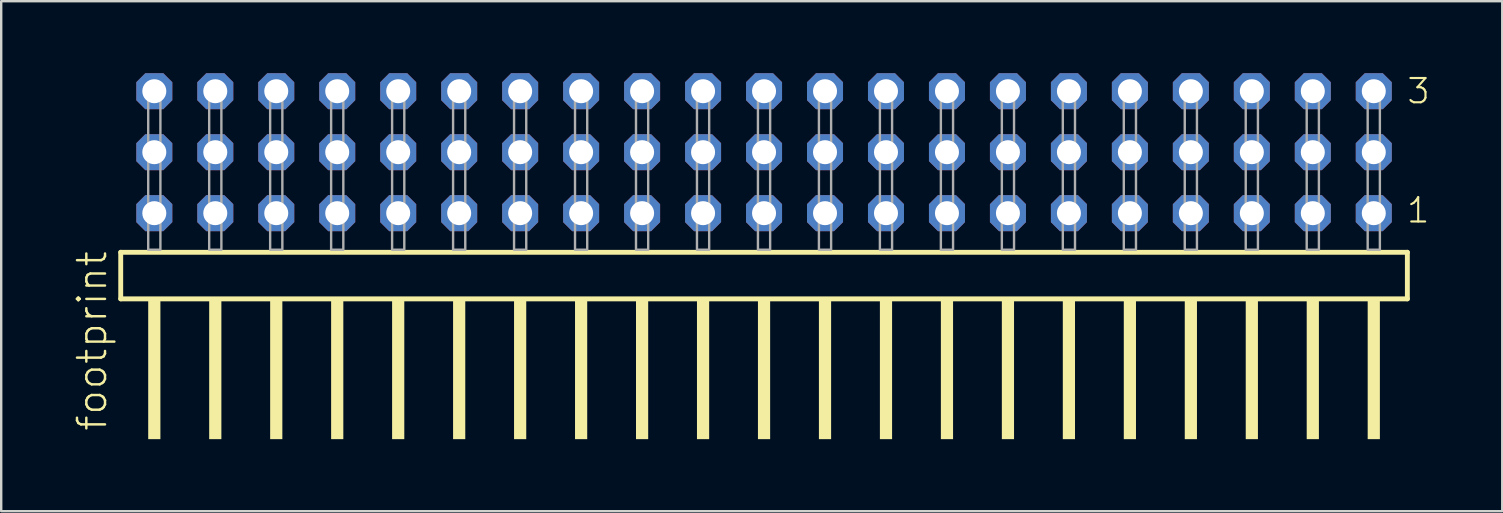
<source format=kicad_pcb>
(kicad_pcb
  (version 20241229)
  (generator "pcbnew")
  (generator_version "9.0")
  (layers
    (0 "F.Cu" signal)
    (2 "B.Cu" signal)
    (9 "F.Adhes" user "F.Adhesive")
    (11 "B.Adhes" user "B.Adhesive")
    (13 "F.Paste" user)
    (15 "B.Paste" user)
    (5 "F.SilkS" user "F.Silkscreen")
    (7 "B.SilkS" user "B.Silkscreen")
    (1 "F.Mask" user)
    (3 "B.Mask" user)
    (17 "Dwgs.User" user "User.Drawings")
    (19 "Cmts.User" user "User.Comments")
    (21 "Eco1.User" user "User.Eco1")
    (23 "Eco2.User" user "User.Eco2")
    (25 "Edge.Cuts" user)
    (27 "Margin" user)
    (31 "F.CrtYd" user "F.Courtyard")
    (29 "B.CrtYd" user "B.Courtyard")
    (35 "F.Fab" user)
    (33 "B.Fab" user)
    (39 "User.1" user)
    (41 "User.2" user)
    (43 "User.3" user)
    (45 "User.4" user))
  (footprint "footprint"
    (layer "F.Cu")
    (at 28.778 7.354)
    (property "Reference" "footprint" (at -27.305 7.62 90) (layer "F.SilkS") (effects (font (size 1.168 1.168) (thickness 0.102)) (justify left bottom)))
    (fp_line (start -26.799 0.106) (end -26.799 2.046) (stroke (width 0.203) (type solid)) (layer "F.SilkS"))
    (fp_line (start -26.799 2.046) (end 26.799 2.046) (stroke (width 0.203) (type solid)) (layer "F.SilkS"))
    (fp_line (start 26.799 0.106) (end -26.799 0.106) (stroke (width 0.203) (type solid)) (layer "F.SilkS"))
    (fp_line (start 26.799 2.046) (end 26.799 0.106) (stroke (width 0.203) (type solid)) (layer "F.SilkS"))
    (fp_poly (pts (xy -25.654 7.89) (xy -25.146 7.89) (xy -25.146 2.04) (xy -25.654 2.04)) (stroke (width 0) (type solid)) (fill yes) (layer "F.SilkS"))
    (fp_poly (pts (xy -23.114 7.89) (xy -22.606 7.89) (xy -22.606 2.04) (xy -23.114 2.04)) (stroke (width 0) (type solid)) (fill yes) (layer "F.SilkS"))
    (fp_poly (pts (xy -20.574 7.89) (xy -20.066 7.89) (xy -20.066 2.04) (xy -20.574 2.04)) (stroke (width 0) (type solid)) (fill yes) (layer "F.SilkS"))
    (fp_poly (pts (xy -18.034 7.89) (xy -17.526 7.89) (xy -17.526 2.04) (xy -18.034 2.04)) (stroke (width 0) (type solid)) (fill yes) (layer "F.SilkS"))
    (fp_poly (pts (xy -15.494 7.89) (xy -14.986 7.89) (xy -14.986 2.04) (xy -15.494 2.04)) (stroke (width 0) (type solid)) (fill yes) (layer "F.SilkS"))
    (fp_poly (pts (xy -12.954 7.89) (xy -12.446 7.89) (xy -12.446 2.04) (xy -12.954 2.04)) (stroke (width 0) (type solid)) (fill yes) (layer "F.SilkS"))
    (fp_poly (pts (xy -10.414 7.89) (xy -9.906 7.89) (xy -9.906 2.04) (xy -10.414 2.04)) (stroke (width 0) (type solid)) (fill yes) (layer "F.SilkS"))
    (fp_poly (pts (xy -7.874 7.89) (xy -7.366 7.89) (xy -7.366 2.04) (xy -7.874 2.04)) (stroke (width 0) (type solid)) (fill yes) (layer "F.SilkS"))
    (fp_poly (pts (xy -5.334 7.89) (xy -4.826 7.89) (xy -4.826 2.04) (xy -5.334 2.04)) (stroke (width 0) (type solid)) (fill yes) (layer "F.SilkS"))
    (fp_poly (pts (xy -2.794 7.89) (xy -2.286 7.89) (xy -2.286 2.04) (xy -2.794 2.04)) (stroke (width 0) (type solid)) (fill yes) (layer "F.SilkS"))
    (fp_poly (pts (xy -0.254 7.89) (xy 0.254 7.89) (xy 0.254 2.04) (xy -0.254 2.04)) (stroke (width 0) (type solid)) (fill yes) (layer "F.SilkS"))
    (fp_poly (pts (xy 2.286 7.89) (xy 2.794 7.89) (xy 2.794 2.04) (xy 2.286 2.04)) (stroke (width 0) (type solid)) (fill yes) (layer "F.SilkS"))
    (fp_poly (pts (xy 4.826 7.89) (xy 5.334 7.89) (xy 5.334 2.04) (xy 4.826 2.04)) (stroke (width 0) (type solid)) (fill yes) (layer "F.SilkS"))
    (fp_poly (pts (xy 7.366 7.89) (xy 7.874 7.89) (xy 7.874 2.04) (xy 7.366 2.04)) (stroke (width 0) (type solid)) (fill yes) (layer "F.SilkS"))
    (fp_poly (pts (xy 9.906 7.89) (xy 10.414 7.89) (xy 10.414 2.04) (xy 9.906 2.04)) (stroke (width 0) (type solid)) (fill yes) (layer "F.SilkS"))
    (fp_poly (pts (xy 12.446 7.89) (xy 12.954 7.89) (xy 12.954 2.04) (xy 12.446 2.04)) (stroke (width 0) (type solid)) (fill yes) (layer "F.SilkS"))
    (fp_poly (pts (xy 14.986 7.89) (xy 15.494 7.89) (xy 15.494 2.04) (xy 14.986 2.04)) (stroke (width 0) (type solid)) (fill yes) (layer "F.SilkS"))
    (fp_poly (pts (xy 17.526 7.89) (xy 18.034 7.89) (xy 18.034 2.04) (xy 17.526 2.04)) (stroke (width 0) (type solid)) (fill yes) (layer "F.SilkS"))
    (fp_poly (pts (xy 20.066 7.89) (xy 20.574 7.89) (xy 20.574 2.04) (xy 20.066 2.04)) (stroke (width 0) (type solid)) (fill yes) (layer "F.SilkS"))
    (fp_poly (pts (xy 22.606 7.89) (xy 23.114 7.89) (xy 23.114 2.04) (xy 22.606 2.04)) (stroke (width 0) (type solid)) (fill yes) (layer "F.SilkS"))
    (fp_poly (pts (xy 25.146 7.89) (xy 25.654 7.89) (xy 25.654 2.04) (xy 25.146 2.04)) (stroke (width 0) (type solid)) (fill yes) (layer "F.SilkS"))
    (fp_poly (pts (xy -25.654 0) (xy -25.146 0) (xy -25.146 -6.858) (xy -25.654 -6.858)) (stroke (width 0.1) (type solid)) (fill no) (layer "F.Fab"))
    (fp_poly (pts (xy -23.114 0) (xy -22.606 0) (xy -22.606 -6.858) (xy -23.114 -6.858)) (stroke (width 0.1) (type solid)) (fill no) (layer "F.Fab"))
    (fp_poly (pts (xy -20.574 0) (xy -20.066 0) (xy -20.066 -6.858) (xy -20.574 -6.858)) (stroke (width 0.1) (type solid)) (fill no) (layer "F.Fab"))
    (fp_poly (pts (xy -18.034 0) (xy -17.526 0) (xy -17.526 -6.858) (xy -18.034 -6.858)) (stroke (width 0.1) (type solid)) (fill no) (layer "F.Fab"))
    (fp_poly (pts (xy -15.494 0) (xy -14.986 0) (xy -14.986 -6.858) (xy -15.494 -6.858)) (stroke (width 0.1) (type solid)) (fill no) (layer "F.Fab"))
    (fp_poly (pts (xy -12.954 0) (xy -12.446 0) (xy -12.446 -6.858) (xy -12.954 -6.858)) (stroke (width 0.1) (type solid)) (fill no) (layer "F.Fab"))
    (fp_poly (pts (xy -10.414 0) (xy -9.906 0) (xy -9.906 -6.858) (xy -10.414 -6.858)) (stroke (width 0.1) (type solid)) (fill no) (layer "F.Fab"))
    (fp_poly (pts (xy -7.874 0) (xy -7.366 0) (xy -7.366 -6.858) (xy -7.874 -6.858)) (stroke (width 0.1) (type solid)) (fill no) (layer "F.Fab"))
    (fp_poly (pts (xy -5.334 0) (xy -4.826 0) (xy -4.826 -6.858) (xy -5.334 -6.858)) (stroke (width 0.1) (type solid)) (fill no) (layer "F.Fab"))
    (fp_poly (pts (xy -2.794 0) (xy -2.286 0) (xy -2.286 -6.858) (xy -2.794 -6.858)) (stroke (width 0.1) (type solid)) (fill no) (layer "F.Fab"))
    (fp_poly (pts (xy -0.254 0) (xy 0.254 0) (xy 0.254 -6.858) (xy -0.254 -6.858)) (stroke (width 0.1) (type solid)) (fill no) (layer "F.Fab"))
    (fp_poly (pts (xy 2.286 0) (xy 2.794 0) (xy 2.794 -6.858) (xy 2.286 -6.858)) (stroke (width 0.1) (type solid)) (fill no) (layer "F.Fab"))
    (fp_poly (pts (xy 4.826 0) (xy 5.334 0) (xy 5.334 -6.858) (xy 4.826 -6.858)) (stroke (width 0.1) (type solid)) (fill no) (layer "F.Fab"))
    (fp_poly (pts (xy 7.366 0) (xy 7.874 0) (xy 7.874 -6.858) (xy 7.366 -6.858)) (stroke (width 0.1) (type solid)) (fill no) (layer "F.Fab"))
    (fp_poly (pts (xy 9.906 0) (xy 10.414 0) (xy 10.414 -6.858) (xy 9.906 -6.858)) (stroke (width 0.1) (type solid)) (fill no) (layer "F.Fab"))
    (fp_poly (pts (xy 12.446 0) (xy 12.954 0) (xy 12.954 -6.858) (xy 12.446 -6.858)) (stroke (width 0.1) (type solid)) (fill no) (layer "F.Fab"))
    (fp_poly (pts (xy 14.986 0) (xy 15.494 0) (xy 15.494 -6.858) (xy 14.986 -6.858)) (stroke (width 0.1) (type solid)) (fill no) (layer "F.Fab"))
    (fp_poly (pts (xy 17.526 0) (xy 18.034 0) (xy 18.034 -6.858) (xy 17.526 -6.858)) (stroke (width 0.1) (type solid)) (fill no) (layer "F.Fab"))
    (fp_poly (pts (xy 20.066 0) (xy 20.574 0) (xy 20.574 -6.858) (xy 20.066 -6.858)) (stroke (width 0.1) (type solid)) (fill no) (layer "F.Fab"))
    (fp_poly (pts (xy 22.606 0) (xy 23.114 0) (xy 23.114 -6.858) (xy 22.606 -6.858)) (stroke (width 0.1) (type solid)) (fill no) (layer "F.Fab"))
    (fp_poly (pts (xy 25.146 0) (xy 25.654 0) (xy 25.654 -6.858) (xy 25.146 -6.858)) (stroke (width 0.1) (type solid)) (fill no) (layer "F.Fab"))
    (fp_text user "1" (at 26.71 -1.05 0) (layer "F.SilkS") (effects (font (size 1.012 1.012) (thickness 0.088)) (justify left bottom)))
    (fp_text user "3" (at 26.725 -6.015 0) (layer "F.SilkS") (effects (font (size 1.012 1.012) (thickness 0.088)) (justify left bottom)))
    (pad "1" thru_hole roundrect (at 25.4 -1.524 180) (size 1.5 1.5) (drill 1) (layers "*.Cu" "*.Mask") (roundrect_rratio 0.25) (chamfer_ratio 0.25) (chamfer top_left top_right bottom_left bottom_right))
    (pad "2" thru_hole roundrect (at 25.4 -4.064 180) (size 1.5 1.5) (drill 1) (layers "*.Cu" "*.Mask") (roundrect_rratio 0.25) (chamfer_ratio 0.25) (chamfer top_left top_right bottom_left bottom_right))
    (pad "3" thru_hole roundrect (at 25.4 -6.604 180) (size 1.5 1.5) (drill 1) (layers "*.Cu" "*.Mask") (roundrect_rratio 0.25) (chamfer_ratio 0.25) (chamfer top_left top_right bottom_left bottom_right))
    (pad "4" thru_hole roundrect (at 22.86 -1.524 180) (size 1.5 1.5) (drill 1) (layers "*.Cu" "*.Mask") (roundrect_rratio 0.25) (chamfer_ratio 0.25) (chamfer top_left top_right bottom_left bottom_right))
    (pad "5" thru_hole roundrect (at 22.86 -4.064 180) (size 1.5 1.5) (drill 1) (layers "*.Cu" "*.Mask") (roundrect_rratio 0.25) (chamfer_ratio 0.25) (chamfer top_left top_right bottom_left bottom_right))
    (pad "6" thru_hole roundrect (at 22.86 -6.604 180) (size 1.5 1.5) (drill 1) (layers "*.Cu" "*.Mask") (roundrect_rratio 0.25) (chamfer_ratio 0.25) (chamfer top_left top_right bottom_left bottom_right))
    (pad "7" thru_hole roundrect (at 20.32 -1.524 180) (size 1.5 1.5) (drill 1) (layers "*.Cu" "*.Mask") (roundrect_rratio 0.25) (chamfer_ratio 0.25) (chamfer top_left top_right bottom_left bottom_right))
    (pad "8" thru_hole roundrect (at 20.32 -4.064 180) (size 1.5 1.5) (drill 1) (layers "*.Cu" "*.Mask") (roundrect_rratio 0.25) (chamfer_ratio 0.25) (chamfer top_left top_right bottom_left bottom_right))
    (pad "9" thru_hole roundrect (at 20.32 -6.604 180) (size 1.5 1.5) (drill 1) (layers "*.Cu" "*.Mask") (roundrect_rratio 0.25) (chamfer_ratio 0.25) (chamfer top_left top_right bottom_left bottom_right))
    (pad "10" thru_hole roundrect (at 17.78 -1.524 180) (size 1.5 1.5) (drill 1) (layers "*.Cu" "*.Mask") (roundrect_rratio 0.25) (chamfer_ratio 0.25) (chamfer top_left top_right bottom_left bottom_right))
    (pad "11" thru_hole roundrect (at 17.78 -4.064 180) (size 1.5 1.5) (drill 1) (layers "*.Cu" "*.Mask") (roundrect_rratio 0.25) (chamfer_ratio 0.25) (chamfer top_left top_right bottom_left bottom_right))
    (pad "12" thru_hole roundrect (at 17.78 -6.604 180) (size 1.5 1.5) (drill 1) (layers "*.Cu" "*.Mask") (roundrect_rratio 0.25) (chamfer_ratio 0.25) (chamfer top_left top_right bottom_left bottom_right))
    (pad "13" thru_hole roundrect (at 15.24 -1.524 180) (size 1.5 1.5) (drill 1) (layers "*.Cu" "*.Mask") (roundrect_rratio 0.25) (chamfer_ratio 0.25) (chamfer top_left top_right bottom_left bottom_right))
    (pad "14" thru_hole roundrect (at 15.24 -4.064 180) (size 1.5 1.5) (drill 1) (layers "*.Cu" "*.Mask") (roundrect_rratio 0.25) (chamfer_ratio 0.25) (chamfer top_left top_right bottom_left bottom_right))
    (pad "15" thru_hole roundrect (at 15.24 -6.604 180) (size 1.5 1.5) (drill 1) (layers "*.Cu" "*.Mask") (roundrect_rratio 0.25) (chamfer_ratio 0.25) (chamfer top_left top_right bottom_left bottom_right))
    (pad "16" thru_hole roundrect (at 12.7 -1.524 180) (size 1.5 1.5) (drill 1) (layers "*.Cu" "*.Mask") (roundrect_rratio 0.25) (chamfer_ratio 0.25) (chamfer top_left top_right bottom_left bottom_right))
    (pad "17" thru_hole roundrect (at 12.7 -4.064 180) (size 1.5 1.5) (drill 1) (layers "*.Cu" "*.Mask") (roundrect_rratio 0.25) (chamfer_ratio 0.25) (chamfer top_left top_right bottom_left bottom_right))
    (pad "18" thru_hole roundrect (at 12.7 -6.604 180) (size 1.5 1.5) (drill 1) (layers "*.Cu" "*.Mask") (roundrect_rratio 0.25) (chamfer_ratio 0.25) (chamfer top_left top_right bottom_left bottom_right))
    (pad "19" thru_hole roundrect (at 10.16 -1.524 180) (size 1.5 1.5) (drill 1) (layers "*.Cu" "*.Mask") (roundrect_rratio 0.25) (chamfer_ratio 0.25) (chamfer top_left top_right bottom_left bottom_right))
    (pad "20" thru_hole roundrect (at 10.16 -4.064 180) (size 1.5 1.5) (drill 1) (layers "*.Cu" "*.Mask") (roundrect_rratio 0.25) (chamfer_ratio 0.25) (chamfer top_left top_right bottom_left bottom_right))
    (pad "21" thru_hole roundrect (at 10.16 -6.604 180) (size 1.5 1.5) (drill 1) (layers "*.Cu" "*.Mask") (roundrect_rratio 0.25) (chamfer_ratio 0.25) (chamfer top_left top_right bottom_left bottom_right))
    (pad "22" thru_hole roundrect (at 7.62 -1.524 180) (size 1.5 1.5) (drill 1) (layers "*.Cu" "*.Mask") (roundrect_rratio 0.25) (chamfer_ratio 0.25) (chamfer top_left top_right bottom_left bottom_right))
    (pad "23" thru_hole roundrect (at 7.62 -4.064 180) (size 1.5 1.5) (drill 1) (layers "*.Cu" "*.Mask") (roundrect_rratio 0.25) (chamfer_ratio 0.25) (chamfer top_left top_right bottom_left bottom_right))
    (pad "24" thru_hole roundrect (at 7.62 -6.604 180) (size 1.5 1.5) (drill 1) (layers "*.Cu" "*.Mask") (roundrect_rratio 0.25) (chamfer_ratio 0.25) (chamfer top_left top_right bottom_left bottom_right))
    (pad "25" thru_hole roundrect (at 5.08 -1.524 180) (size 1.5 1.5) (drill 1) (layers "*.Cu" "*.Mask") (roundrect_rratio 0.25) (chamfer_ratio 0.25) (chamfer top_left top_right bottom_left bottom_right))
    (pad "26" thru_hole roundrect (at 5.08 -4.064 180) (size 1.5 1.5) (drill 1) (layers "*.Cu" "*.Mask") (roundrect_rratio 0.25) (chamfer_ratio 0.25) (chamfer top_left top_right bottom_left bottom_right))
    (pad "27" thru_hole roundrect (at 5.08 -6.604 180) (size 1.5 1.5) (drill 1) (layers "*.Cu" "*.Mask") (roundrect_rratio 0.25) (chamfer_ratio 0.25) (chamfer top_left top_right bottom_left bottom_right))
    (pad "28" thru_hole roundrect (at 2.54 -1.524 180) (size 1.5 1.5) (drill 1) (layers "*.Cu" "*.Mask") (roundrect_rratio 0.25) (chamfer_ratio 0.25) (chamfer top_left top_right bottom_left bottom_right))
    (pad "29" thru_hole roundrect (at 2.54 -4.064 180) (size 1.5 1.5) (drill 1) (layers "*.Cu" "*.Mask") (roundrect_rratio 0.25) (chamfer_ratio 0.25) (chamfer top_left top_right bottom_left bottom_right))
    (pad "30" thru_hole roundrect (at 2.54 -6.604 180) (size 1.5 1.5) (drill 1) (layers "*.Cu" "*.Mask") (roundrect_rratio 0.25) (chamfer_ratio 0.25) (chamfer top_left top_right bottom_left bottom_right))
    (pad "31" thru_hole roundrect (at 0 -1.524 180) (size 1.5 1.5) (drill 1) (layers "*.Cu" "*.Mask") (roundrect_rratio 0.25) (chamfer_ratio 0.25) (chamfer top_left top_right bottom_left bottom_right))
    (pad "32" thru_hole roundrect (at 0 -4.064 180) (size 1.5 1.5) (drill 1) (layers "*.Cu" "*.Mask") (roundrect_rratio 0.25) (chamfer_ratio 0.25) (chamfer top_left top_right bottom_left bottom_right))
    (pad "33" thru_hole roundrect (at 0 -6.604 180) (size 1.5 1.5) (drill 1) (layers "*.Cu" "*.Mask") (roundrect_rratio 0.25) (chamfer_ratio 0.25) (chamfer top_left top_right bottom_left bottom_right))
    (pad "34" thru_hole roundrect (at -2.54 -1.524 180) (size 1.5 1.5) (drill 1) (layers "*.Cu" "*.Mask") (roundrect_rratio 0.25) (chamfer_ratio 0.25) (chamfer top_left top_right bottom_left bottom_right))
    (pad "35" thru_hole roundrect (at -2.54 -4.064 180) (size 1.5 1.5) (drill 1) (layers "*.Cu" "*.Mask") (roundrect_rratio 0.25) (chamfer_ratio 0.25) (chamfer top_left top_right bottom_left bottom_right))
    (pad "36" thru_hole roundrect (at -2.54 -6.604 180) (size 1.5 1.5) (drill 1) (layers "*.Cu" "*.Mask") (roundrect_rratio 0.25) (chamfer_ratio 0.25) (chamfer top_left top_right bottom_left bottom_right))
    (pad "37" thru_hole roundrect (at -5.08 -1.524 180) (size 1.5 1.5) (drill 1) (layers "*.Cu" "*.Mask") (roundrect_rratio 0.25) (chamfer_ratio 0.25) (chamfer top_left top_right bottom_left bottom_right))
    (pad "38" thru_hole roundrect (at -5.08 -4.064 180) (size 1.5 1.5) (drill 1) (layers "*.Cu" "*.Mask") (roundrect_rratio 0.25) (chamfer_ratio 0.25) (chamfer top_left top_right bottom_left bottom_right))
    (pad "39" thru_hole roundrect (at -5.08 -6.604 180) (size 1.5 1.5) (drill 1) (layers "*.Cu" "*.Mask") (roundrect_rratio 0.25) (chamfer_ratio 0.25) (chamfer top_left top_right bottom_left bottom_right))
    (pad "40" thru_hole roundrect (at -7.62 -1.524 180) (size 1.5 1.5) (drill 1) (layers "*.Cu" "*.Mask") (roundrect_rratio 0.25) (chamfer_ratio 0.25) (chamfer top_left top_right bottom_left bottom_right))
    (pad "41" thru_hole roundrect (at -7.62 -4.064 180) (size 1.5 1.5) (drill 1) (layers "*.Cu" "*.Mask") (roundrect_rratio 0.25) (chamfer_ratio 0.25) (chamfer top_left top_right bottom_left bottom_right))
    (pad "42" thru_hole roundrect (at -7.62 -6.604 180) (size 1.5 1.5) (drill 1) (layers "*.Cu" "*.Mask") (roundrect_rratio 0.25) (chamfer_ratio 0.25) (chamfer top_left top_right bottom_left bottom_right))
    (pad "43" thru_hole roundrect (at -10.16 -1.524 180) (size 1.5 1.5) (drill 1) (layers "*.Cu" "*.Mask") (roundrect_rratio 0.25) (chamfer_ratio 0.25) (chamfer top_left top_right bottom_left bottom_right))
    (pad "44" thru_hole roundrect (at -10.16 -4.064 180) (size 1.5 1.5) (drill 1) (layers "*.Cu" "*.Mask") (roundrect_rratio 0.25) (chamfer_ratio 0.25) (chamfer top_left top_right bottom_left bottom_right))
    (pad "45" thru_hole roundrect (at -10.16 -6.604 180) (size 1.5 1.5) (drill 1) (layers "*.Cu" "*.Mask") (roundrect_rratio 0.25) (chamfer_ratio 0.25) (chamfer top_left top_right bottom_left bottom_right))
    (pad "46" thru_hole roundrect (at -12.7 -1.524 180) (size 1.5 1.5) (drill 1) (layers "*.Cu" "*.Mask") (roundrect_rratio 0.25) (chamfer_ratio 0.25) (chamfer top_left top_right bottom_left bottom_right))
    (pad "47" thru_hole roundrect (at -12.7 -4.064 180) (size 1.5 1.5) (drill 1) (layers "*.Cu" "*.Mask") (roundrect_rratio 0.25) (chamfer_ratio 0.25) (chamfer top_left top_right bottom_left bottom_right))
    (pad "48" thru_hole roundrect (at -12.7 -6.604 180) (size 1.5 1.5) (drill 1) (layers "*.Cu" "*.Mask") (roundrect_rratio 0.25) (chamfer_ratio 0.25) (chamfer top_left top_right bottom_left bottom_right))
    (pad "49" thru_hole roundrect (at -15.24 -1.524 180) (size 1.5 1.5) (drill 1) (layers "*.Cu" "*.Mask") (roundrect_rratio 0.25) (chamfer_ratio 0.25) (chamfer top_left top_right bottom_left bottom_right))
    (pad "50" thru_hole roundrect (at -15.24 -4.064 180) (size 1.5 1.5) (drill 1) (layers "*.Cu" "*.Mask") (roundrect_rratio 0.25) (chamfer_ratio 0.25) (chamfer top_left top_right bottom_left bottom_right))
    (pad "51" thru_hole roundrect (at -15.24 -6.604 180) (size 1.5 1.5) (drill 1) (layers "*.Cu" "*.Mask") (roundrect_rratio 0.25) (chamfer_ratio 0.25) (chamfer top_left top_right bottom_left bottom_right))
    (pad "52" thru_hole roundrect (at -17.78 -1.524 180) (size 1.5 1.5) (drill 1) (layers "*.Cu" "*.Mask") (roundrect_rratio 0.25) (chamfer_ratio 0.25) (chamfer top_left top_right bottom_left bottom_right))
    (pad "53" thru_hole roundrect (at -17.78 -4.064 180) (size 1.5 1.5) (drill 1) (layers "*.Cu" "*.Mask") (roundrect_rratio 0.25) (chamfer_ratio 0.25) (chamfer top_left top_right bottom_left bottom_right))
    (pad "54" thru_hole roundrect (at -17.78 -6.604 180) (size 1.5 1.5) (drill 1) (layers "*.Cu" "*.Mask") (roundrect_rratio 0.25) (chamfer_ratio 0.25) (chamfer top_left top_right bottom_left bottom_right))
    (pad "55" thru_hole roundrect (at -20.32 -1.524 180) (size 1.5 1.5) (drill 1) (layers "*.Cu" "*.Mask") (roundrect_rratio 0.25) (chamfer_ratio 0.25) (chamfer top_left top_right bottom_left bottom_right))
    (pad "56" thru_hole roundrect (at -20.32 -4.064 180) (size 1.5 1.5) (drill 1) (layers "*.Cu" "*.Mask") (roundrect_rratio 0.25) (chamfer_ratio 0.25) (chamfer top_left top_right bottom_left bottom_right))
    (pad "57" thru_hole roundrect (at -20.32 -6.604 180) (size 1.5 1.5) (drill 1) (layers "*.Cu" "*.Mask") (roundrect_rratio 0.25) (chamfer_ratio 0.25) (chamfer top_left top_right bottom_left bottom_right))
    (pad "58" thru_hole roundrect (at -22.86 -1.524 180) (size 1.5 1.5) (drill 1) (layers "*.Cu" "*.Mask") (roundrect_rratio 0.25) (chamfer_ratio 0.25) (chamfer top_left top_right bottom_left bottom_right))
    (pad "59" thru_hole roundrect (at -22.86 -4.064 180) (size 1.5 1.5) (drill 1) (layers "*.Cu" "*.Mask") (roundrect_rratio 0.25) (chamfer_ratio 0.25) (chamfer top_left top_right bottom_left bottom_right))
    (pad "60" thru_hole roundrect (at -22.86 -6.604 180) (size 1.5 1.5) (drill 1) (layers "*.Cu" "*.Mask") (roundrect_rratio 0.25) (chamfer_ratio 0.25) (chamfer top_left top_right bottom_left bottom_right))
    (pad "61" thru_hole roundrect (at -25.4 -1.524 180) (size 1.5 1.5) (drill 1) (layers "*.Cu" "*.Mask") (roundrect_rratio 0.25) (chamfer_ratio 0.25) (chamfer top_left top_right bottom_left bottom_right))
    (pad "62" thru_hole roundrect (at -25.4 -4.064 180) (size 1.5 1.5) (drill 1) (layers "*.Cu" "*.Mask") (roundrect_rratio 0.25) (chamfer_ratio 0.25) (chamfer top_left top_right bottom_left bottom_right))
    (pad "63" thru_hole roundrect (at -25.4 -6.604 180) (size 1.5 1.5) (drill 1) (layers "*.Cu" "*.Mask") (roundrect_rratio 0.25) (chamfer_ratio 0.25) (chamfer top_left top_right bottom_left bottom_right)))
  (gr_rect
    (start -3 -3)
    (end 59.529 18.244)
    (stroke (width 0.1) (type default))
    (fill no)
    (layer "Edge.Cuts")))
</source>
